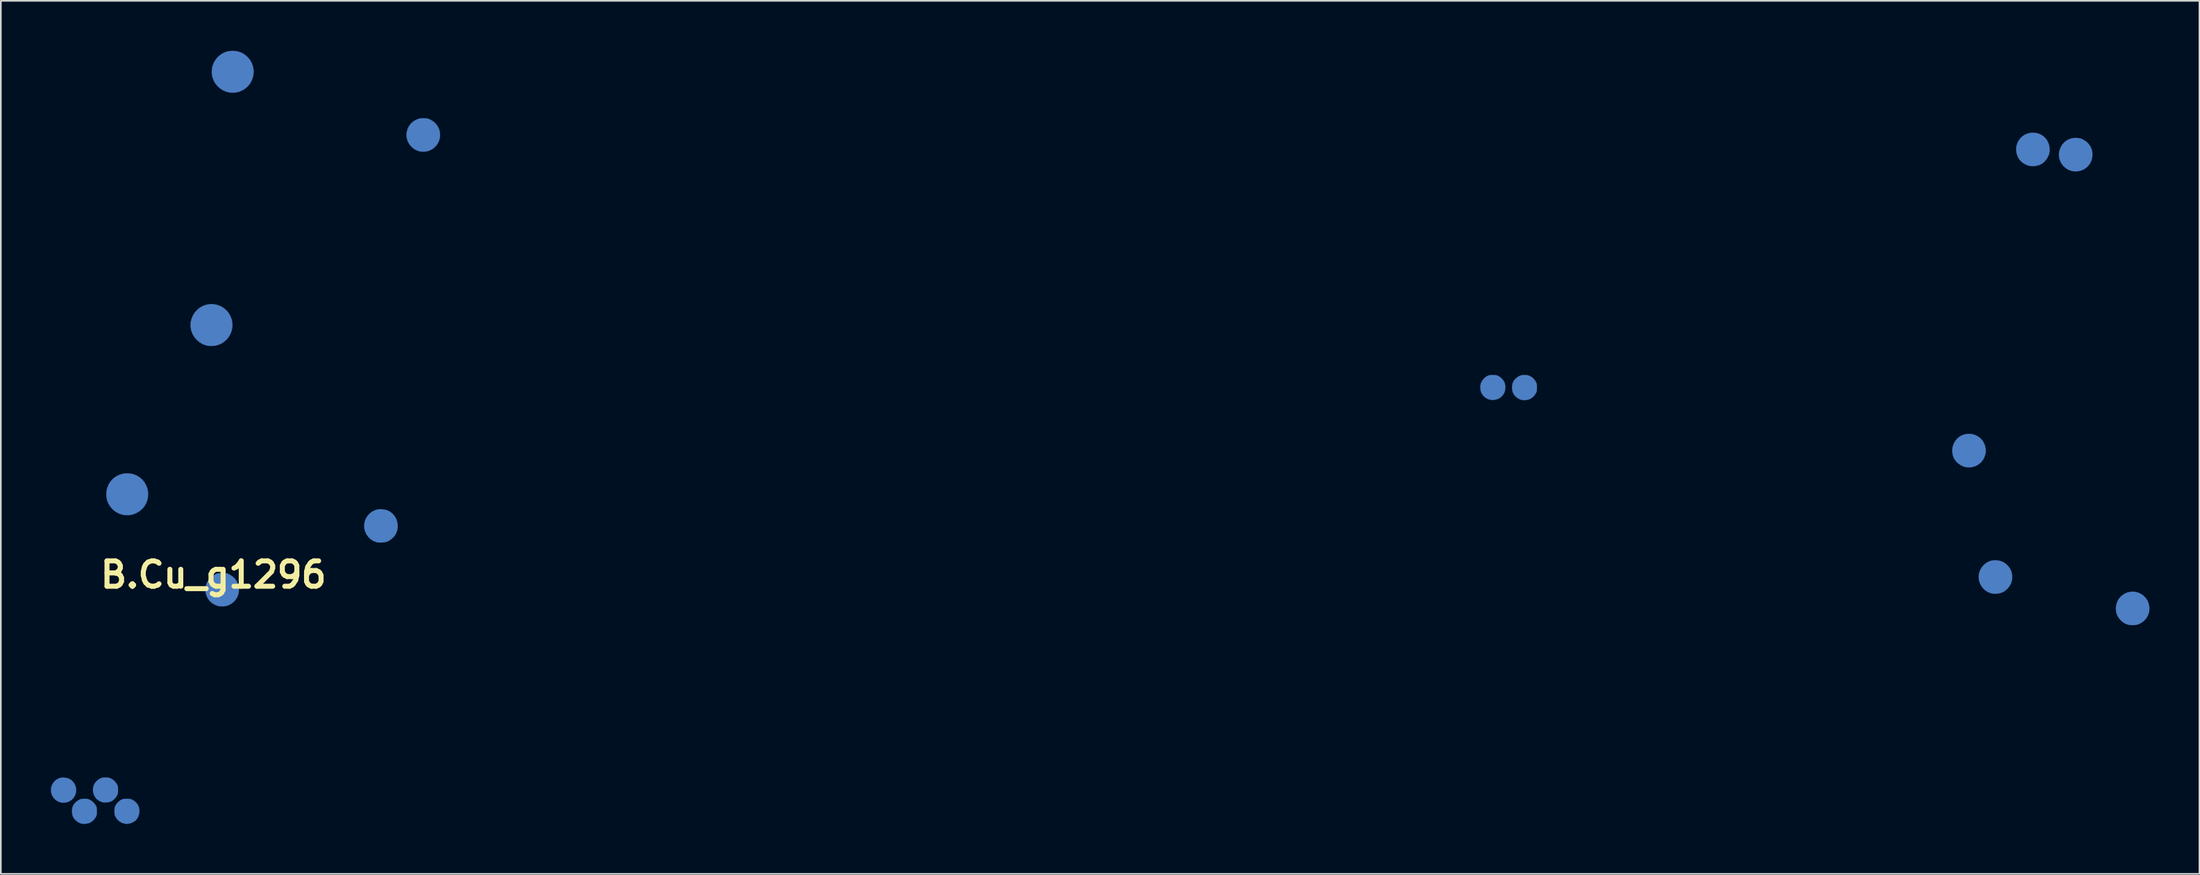
<source format=kicad_pcb>
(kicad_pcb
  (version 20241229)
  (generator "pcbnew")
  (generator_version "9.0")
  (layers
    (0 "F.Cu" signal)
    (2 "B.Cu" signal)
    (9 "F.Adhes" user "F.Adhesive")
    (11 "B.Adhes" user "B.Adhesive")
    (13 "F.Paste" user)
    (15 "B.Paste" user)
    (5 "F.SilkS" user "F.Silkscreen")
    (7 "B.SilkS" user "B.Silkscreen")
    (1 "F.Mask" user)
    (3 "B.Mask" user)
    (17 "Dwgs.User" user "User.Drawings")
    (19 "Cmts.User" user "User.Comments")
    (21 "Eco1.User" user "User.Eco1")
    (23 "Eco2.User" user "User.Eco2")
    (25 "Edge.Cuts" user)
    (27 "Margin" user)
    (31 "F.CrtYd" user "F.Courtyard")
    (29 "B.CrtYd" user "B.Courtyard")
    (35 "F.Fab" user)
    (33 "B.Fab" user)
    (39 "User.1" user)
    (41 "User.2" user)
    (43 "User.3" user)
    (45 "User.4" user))
  (footprint "B.Cu_g1296"
    (layer "F.Cu")
    (at 9.758 31.459)
    (property "Reference" "B.Cu_g1296" (at 0 0 0) (layer "F.SilkS") (effects (font (size 1.524 1.524) (thickness 0.3))))
    (attr through_hole)
    (fp_poly (pts (xy -8.821 12.198) (xy -8.661 12.247) (xy -8.523 12.331) (xy -8.406 12.451) (xy -8.373 12.497) (xy -8.291 12.653) (xy -8.246 12.813) (xy -8.238 12.974) (xy -8.263 13.13) (xy -8.319 13.276) (xy -8.404 13.408) (xy -8.515 13.519) (xy -8.649 13.606) (xy -8.806 13.663) (xy -8.946 13.685) (xy -9.034 13.686) (xy -9.118 13.681) (xy -9.171 13.673) (xy -9.33 13.612) (xy -9.474 13.516) (xy -9.594 13.393) (xy -9.683 13.249) (xy -9.737 13.081) (xy -9.753 12.911) (xy -9.73 12.746) (xy -9.672 12.59) (xy -9.581 12.449) (xy -9.458 12.329) (xy -9.313 12.24) (xy -9.247 12.211) (xy -9.186 12.194) (xy -9.113 12.185) (xy -9.015 12.182) (xy -9.006 12.182) (xy -8.821 12.198)) (stroke (width 0.01) (type solid)) (fill yes) (layer "B.Cu"))
    (fp_poly (pts (xy 105.514 -8.449) (xy 105.7 -8.401) (xy 105.874 -8.321) (xy 106.029 -8.209) (xy 106.159 -8.068) (xy 106.195 -8.017) (xy 106.29 -7.833) (xy 106.346 -7.641) (xy 106.364 -7.445) (xy 106.344 -7.251) (xy 106.286 -7.064) (xy 106.192 -6.889) (xy 106.066 -6.737) (xy 105.91 -6.61) (xy 105.733 -6.518) (xy 105.539 -6.463) (xy 105.335 -6.446) (xy 105.188 -6.458) (xy 105.024 -6.501) (xy 104.862 -6.578) (xy 104.71 -6.683) (xy 104.579 -6.808) (xy 104.479 -6.947) (xy 104.473 -6.958) (xy 104.396 -7.141) (xy 104.357 -7.332) (xy 104.354 -7.523) (xy 104.386 -7.711) (xy 104.45 -7.889) (xy 104.546 -8.052) (xy 104.671 -8.195) (xy 104.824 -8.313) (xy 104.94 -8.375) (xy 105.128 -8.437) (xy 105.322 -8.461) (xy 105.514 -8.449)) (stroke (width 0.01) (type solid)) (fill yes) (layer "B.Cu"))
    (fp_poly (pts (xy 109.401 -26.523) (xy 109.588 -26.467) (xy 109.756 -26.378) (xy 109.901 -26.259) (xy 110.022 -26.115) (xy 110.113 -25.948) (xy 110.174 -25.763) (xy 110.199 -25.564) (xy 110.191 -25.389) (xy 110.15 -25.217) (xy 110.074 -25.048) (xy 109.968 -24.892) (xy 109.839 -24.757) (xy 109.693 -24.654) (xy 109.689 -24.652) (xy 109.532 -24.587) (xy 109.356 -24.546) (xy 109.175 -24.533) (xy 109.002 -24.548) (xy 108.903 -24.572) (xy 108.706 -24.656) (xy 108.538 -24.769) (xy 108.4 -24.91) (xy 108.294 -25.077) (xy 108.223 -25.268) (xy 108.222 -25.271) (xy 108.189 -25.474) (xy 108.195 -25.671) (xy 108.237 -25.857) (xy 108.312 -26.029) (xy 108.417 -26.183) (xy 108.549 -26.314) (xy 108.705 -26.42) (xy 108.882 -26.495) (xy 109.077 -26.536) (xy 109.199 -26.543) (xy 109.401 -26.523)) (stroke (width 0.01) (type solid)) (fill yes) (layer "B.Cu"))
    (fp_poly (pts (xy 0.964 -0.012) (xy 1.142 0.098) (xy 1.289 0.236) (xy 1.404 0.398) (xy 1.484 0.582) (xy 1.523 0.751) (xy 1.531 0.954) (xy 1.502 1.145) (xy 1.439 1.323) (xy 1.345 1.483) (xy 1.224 1.622) (xy 1.08 1.737) (xy 0.917 1.825) (xy 0.738 1.882) (xy 0.548 1.904) (xy 0.35 1.889) (xy 0.283 1.875) (xy 0.093 1.808) (xy -0.074 1.709) (xy -0.217 1.581) (xy -0.331 1.429) (xy -0.416 1.257) (xy -0.467 1.072) (xy -0.482 0.876) (xy -0.457 0.674) (xy -0.457 0.672) (xy -0.393 0.48) (xy -0.293 0.308) (xy -0.159 0.158) (xy 0.005 0.035) (xy 0.106 -0.019) (xy 0.173 -0.051) (xy 0.227 -0.072) (xy 0.279 -0.085) (xy 0.339 -0.092) (xy 0.419 -0.095) (xy 0.53 -0.095) (xy 0.796 -0.095) (xy 0.964 -0.012)) (stroke (width 0.01) (type solid)) (fill yes) (layer "B.Cu"))
    (fp_poly (pts (xy 10.124 -3.93) (xy 10.275 -3.912) (xy 10.407 -3.879) (xy 10.421 -3.874) (xy 10.597 -3.786) (xy 10.747 -3.669) (xy 10.87 -3.527) (xy 10.963 -3.366) (xy 11.027 -3.191) (xy 11.058 -3.006) (xy 11.056 -2.818) (xy 11.019 -2.631) (xy 10.945 -2.451) (xy 10.883 -2.349) (xy 10.787 -2.236) (xy 10.663 -2.129) (xy 10.527 -2.039) (xy 10.421 -1.988) (xy 10.304 -1.956) (xy 10.162 -1.937) (xy 10.013 -1.931) (xy 9.874 -1.941) (xy 9.781 -1.959) (xy 9.594 -2.032) (xy 9.428 -2.14) (xy 9.288 -2.278) (xy 9.175 -2.442) (xy 9.095 -2.628) (xy 9.057 -2.785) (xy 9.047 -2.979) (xy 9.074 -3.168) (xy 9.138 -3.347) (xy 9.233 -3.512) (xy 9.356 -3.657) (xy 9.504 -3.777) (xy 9.673 -3.867) (xy 9.838 -3.917) (xy 9.972 -3.933) (xy 10.124 -3.93)) (stroke (width 0.01) (type solid)) (fill yes) (layer "B.Cu"))
    (fp_poly (pts (xy 76.885 -11.99) (xy 76.958 -11.984) (xy 77.016 -11.972) (xy 77.072 -11.952) (xy 77.114 -11.932) (xy 77.237 -11.852) (xy 77.35 -11.745) (xy 77.442 -11.621) (xy 77.491 -11.52) (xy 77.525 -11.38) (xy 77.533 -11.225) (xy 77.515 -11.07) (xy 77.472 -10.932) (xy 77.468 -10.922) (xy 77.376 -10.773) (xy 77.256 -10.654) (xy 77.112 -10.566) (xy 76.949 -10.512) (xy 76.771 -10.495) (xy 76.661 -10.502) (xy 76.499 -10.544) (xy 76.351 -10.623) (xy 76.222 -10.734) (xy 76.119 -10.873) (xy 76.102 -10.905) (xy 76.057 -11.029) (xy 76.034 -11.174) (xy 76.033 -11.325) (xy 76.055 -11.466) (xy 76.072 -11.52) (xy 76.139 -11.647) (xy 76.236 -11.769) (xy 76.352 -11.872) (xy 76.45 -11.932) (xy 76.511 -11.96) (xy 76.566 -11.977) (xy 76.628 -11.987) (xy 76.71 -11.99) (xy 76.782 -11.991) (xy 76.885 -11.99)) (stroke (width 0.01) (type solid)) (fill yes) (layer "B.Cu"))
    (fp_poly (pts (xy 107.112 -0.855) (xy 107.221 -0.835) (xy 107.394 -0.769) (xy 107.554 -0.668) (xy 107.695 -0.538) (xy 107.81 -0.385) (xy 107.893 -0.216) (xy 107.917 -0.138) (xy 107.951 0.071) (xy 107.944 0.274) (xy 107.898 0.468) (xy 107.811 0.649) (xy 107.687 0.814) (xy 107.655 0.848) (xy 107.499 0.979) (xy 107.333 1.07) (xy 107.152 1.123) (xy 106.95 1.141) (xy 106.934 1.141) (xy 106.839 1.136) (xy 106.746 1.126) (xy 106.678 1.112) (xy 106.494 1.041) (xy 106.331 0.936) (xy 106.193 0.804) (xy 106.081 0.649) (xy 105.999 0.477) (xy 105.95 0.292) (xy 105.937 0.099) (xy 105.962 -0.095) (xy 105.969 -0.119) (xy 106.038 -0.302) (xy 106.14 -0.468) (xy 106.271 -0.612) (xy 106.425 -0.729) (xy 106.596 -0.813) (xy 106.704 -0.845) (xy 106.826 -0.863) (xy 106.969 -0.866) (xy 107.112 -0.855)) (stroke (width 0.01) (type solid)) (fill yes) (layer "B.Cu"))
    (fp_poly (pts (xy 115.317 1.025) (xy 115.5 1.069) (xy 115.67 1.145) (xy 115.823 1.251) (xy 115.954 1.383) (xy 116.06 1.537) (xy 116.135 1.711) (xy 116.177 1.901) (xy 116.183 2.02) (xy 116.18 2.112) (xy 116.171 2.202) (xy 116.161 2.262) (xy 116.099 2.441) (xy 116.001 2.607) (xy 115.873 2.753) (xy 115.721 2.874) (xy 115.55 2.963) (xy 115.483 2.987) (xy 115.348 3.015) (xy 115.194 3.026) (xy 115.037 3.019) (xy 114.897 2.995) (xy 114.867 2.986) (xy 114.706 2.92) (xy 114.569 2.831) (xy 114.457 2.727) (xy 114.329 2.569) (xy 114.241 2.405) (xy 114.19 2.227) (xy 114.173 2.03) (xy 114.173 2.022) (xy 114.194 1.818) (xy 114.252 1.627) (xy 114.345 1.455) (xy 114.47 1.305) (xy 114.623 1.182) (xy 114.802 1.089) (xy 114.929 1.048) (xy 115.125 1.017) (xy 115.317 1.025)) (stroke (width 0.01) (type solid)) (fill yes) (layer "B.Cu"))
    (fp_poly (pts (xy 12.658 -27.406) (xy 12.762 -27.4) (xy 12.841 -27.389) (xy 12.91 -27.37) (xy 12.985 -27.339) (xy 13.028 -27.319) (xy 13.204 -27.213) (xy 13.352 -27.077) (xy 13.468 -26.914) (xy 13.551 -26.73) (xy 13.592 -26.558) (xy 13.603 -26.36) (xy 13.575 -26.168) (xy 13.511 -25.986) (xy 13.414 -25.82) (xy 13.289 -25.676) (xy 13.138 -25.556) (xy 12.964 -25.468) (xy 12.856 -25.433) (xy 12.715 -25.41) (xy 12.562 -25.403) (xy 12.416 -25.415) (xy 12.334 -25.432) (xy 12.148 -25.503) (xy 11.983 -25.608) (xy 11.843 -25.74) (xy 11.73 -25.895) (xy 11.647 -26.067) (xy 11.598 -26.252) (xy 11.587 -26.445) (xy 11.599 -26.563) (xy 11.653 -26.766) (xy 11.743 -26.947) (xy 11.864 -27.104) (xy 12.015 -27.233) (xy 12.193 -27.331) (xy 12.304 -27.372) (xy 12.388 -27.394) (xy 12.466 -27.406) (xy 12.555 -27.409) (xy 12.658 -27.406)) (stroke (width 0.01) (type solid)) (fill yes) (layer "B.Cu"))
    (fp_poly (pts (xy 111.818 -26.222) (xy 111.921 -26.216) (xy 111.998 -26.207) (xy 112.065 -26.189) (xy 112.138 -26.16) (xy 112.19 -26.135) (xy 112.367 -26.03) (xy 112.514 -25.897) (xy 112.629 -25.743) (xy 112.711 -25.57) (xy 112.758 -25.385) (xy 112.768 -25.192) (xy 112.741 -24.994) (xy 112.673 -24.798) (xy 112.664 -24.777) (xy 112.562 -24.609) (xy 112.43 -24.468) (xy 112.274 -24.356) (xy 112.1 -24.274) (xy 111.913 -24.227) (xy 111.718 -24.216) (xy 111.521 -24.244) (xy 111.517 -24.245) (xy 111.33 -24.313) (xy 111.162 -24.415) (xy 111.016 -24.548) (xy 110.898 -24.706) (xy 110.813 -24.884) (xy 110.765 -25.071) (xy 110.755 -25.262) (xy 110.782 -25.452) (xy 110.844 -25.633) (xy 110.935 -25.8) (xy 111.054 -25.946) (xy 111.198 -26.063) (xy 111.286 -26.114) (xy 111.409 -26.17) (xy 111.522 -26.204) (xy 111.638 -26.221) (xy 111.776 -26.224) (xy 111.818 -26.222)) (stroke (width 0.01) (type solid)) (fill yes) (layer "B.Cu"))
    (fp_poly (pts (xy -0.036 -16.248) (xy 0.192 -16.212) (xy 0.404 -16.138) (xy 0.596 -16.031) (xy 0.765 -15.893) (xy 0.908 -15.728) (xy 1.02 -15.538) (xy 1.097 -15.327) (xy 1.101 -15.312) (xy 1.14 -15.084) (xy 1.137 -14.861) (xy 1.092 -14.641) (xy 1.011 -14.436) (xy 0.899 -14.248) (xy 0.754 -14.083) (xy 0.582 -13.945) (xy 0.391 -13.838) (xy 0.185 -13.769) (xy 0.062 -13.749) (xy -0.082 -13.741) (xy -0.229 -13.743) (xy -0.363 -13.757) (xy -0.419 -13.768) (xy -0.624 -13.839) (xy -0.813 -13.945) (xy -0.983 -14.083) (xy -1.127 -14.247) (xy -1.242 -14.433) (xy -1.322 -14.634) (xy -1.344 -14.721) (xy -1.373 -14.934) (xy -1.367 -15.133) (xy -1.325 -15.33) (xy -1.245 -15.534) (xy -1.239 -15.548) (xy -1.124 -15.739) (xy -0.979 -15.904) (xy -0.809 -16.041) (xy -0.618 -16.146) (xy -0.412 -16.216) (xy -0.195 -16.249) (xy -0.036 -16.248)) (stroke (width 0.01) (type solid)) (fill yes) (layer "B.Cu"))
    (fp_poly (pts (xy 1.388 -31.436) (xy 1.597 -31.382) (xy 1.79 -31.291) (xy 1.968 -31.161) (xy 2.014 -31.119) (xy 2.171 -30.945) (xy 2.289 -30.753) (xy 2.368 -30.545) (xy 2.408 -30.32) (xy 2.413 -30.195) (xy 2.393 -29.97) (xy 2.334 -29.756) (xy 2.24 -29.559) (xy 2.113 -29.382) (xy 1.957 -29.228) (xy 1.775 -29.103) (xy 1.569 -29.011) (xy 1.51 -28.991) (xy 1.399 -28.967) (xy 1.266 -28.952) (xy 1.129 -28.945) (xy 1.006 -28.95) (xy 0.963 -28.955) (xy 0.741 -29.012) (xy 0.535 -29.108) (xy 0.348 -29.241) (xy 0.243 -29.341) (xy 0.102 -29.519) (xy -0.002 -29.713) (xy -0.069 -29.918) (xy -0.1 -30.129) (xy -0.094 -30.342) (xy -0.052 -30.552) (xy 0.027 -30.754) (xy 0.142 -30.942) (xy 0.264 -31.084) (xy 0.44 -31.234) (xy 0.63 -31.345) (xy 0.835 -31.417) (xy 1.059 -31.451) (xy 1.157 -31.454) (xy 1.388 -31.436)) (stroke (width 0.01) (type solid)) (fill yes) (layer "B.Cu"))
    (fp_poly (pts (xy -5.022 -6.083) (xy -4.806 -6.038) (xy -4.604 -5.958) (xy -4.42 -5.844) (xy -4.259 -5.701) (xy -4.124 -5.53) (xy -4.02 -5.335) (xy -3.958 -5.154) (xy -3.921 -4.93) (xy -3.923 -4.708) (xy -3.963 -4.494) (xy -4.037 -4.292) (xy -4.145 -4.107) (xy -4.283 -3.942) (xy -4.451 -3.804) (xy -4.614 -3.709) (xy -4.709 -3.667) (xy -4.805 -3.631) (xy -4.886 -3.605) (xy -4.906 -3.6) (xy -5.008 -3.587) (xy -5.133 -3.581) (xy -5.263 -3.582) (xy -5.379 -3.591) (xy -5.429 -3.599) (xy -5.639 -3.662) (xy -5.834 -3.761) (xy -6.008 -3.892) (xy -6.158 -4.05) (xy -6.28 -4.231) (xy -6.367 -4.43) (xy -6.403 -4.561) (xy -6.431 -4.79) (xy -6.419 -5.011) (xy -6.371 -5.221) (xy -6.29 -5.417) (xy -6.178 -5.595) (xy -6.037 -5.752) (xy -5.871 -5.883) (xy -5.683 -5.986) (xy -5.475 -6.055) (xy -5.249 -6.089) (xy -5.249 -6.089) (xy -5.022 -6.083)) (stroke (width 0.01) (type solid)) (fill yes) (layer "B.Cu"))
    (fp_poly (pts (xy -7.639 13.453) (xy -7.568 13.46) (xy -7.508 13.475) (xy -7.443 13.502) (xy -7.404 13.521) (xy -7.252 13.619) (xy -7.127 13.748) (xy -7.045 13.881) (xy -7.022 13.934) (xy -7.007 13.987) (xy -6.999 14.053) (xy -6.996 14.143) (xy -6.996 14.203) (xy -6.997 14.306) (xy -7.001 14.38) (xy -7.011 14.435) (xy -7.029 14.486) (xy -7.056 14.541) (xy -7.141 14.669) (xy -7.25 14.781) (xy -7.372 14.867) (xy -7.447 14.902) (xy -7.576 14.938) (xy -7.716 14.955) (xy -7.85 14.953) (xy -7.939 14.937) (xy -8.103 14.869) (xy -8.246 14.766) (xy -8.364 14.632) (xy -8.43 14.522) (xy -8.466 14.415) (xy -8.485 14.284) (xy -8.486 14.145) (xy -8.471 14.012) (xy -8.446 13.923) (xy -8.371 13.78) (xy -8.261 13.654) (xy -8.124 13.551) (xy -8.069 13.521) (xy -7.995 13.487) (xy -7.935 13.466) (xy -7.871 13.455) (xy -7.789 13.452) (xy -7.736 13.451) (xy -7.639 13.453)) (stroke (width 0.01) (type solid)) (fill yes) (layer "B.Cu"))
    (fp_poly (pts (xy 78.789 -11.988) (xy 78.864 -11.98) (xy 78.928 -11.963) (xy 78.996 -11.935) (xy 78.997 -11.935) (xy 79.147 -11.845) (xy 79.269 -11.726) (xy 79.356 -11.594) (xy 79.388 -11.532) (xy 79.409 -11.482) (xy 79.421 -11.43) (xy 79.426 -11.364) (xy 79.428 -11.272) (xy 79.428 -11.239) (xy 79.427 -11.138) (xy 79.423 -11.066) (xy 79.413 -11.012) (xy 79.395 -10.962) (xy 79.367 -10.904) (xy 79.356 -10.885) (xy 79.253 -10.733) (xy 79.126 -10.618) (xy 78.977 -10.537) (xy 78.806 -10.494) (xy 78.734 -10.487) (xy 78.629 -10.486) (xy 78.531 -10.495) (xy 78.485 -10.505) (xy 78.319 -10.573) (xy 78.175 -10.676) (xy 78.058 -10.81) (xy 77.998 -10.912) (xy 77.959 -11.027) (xy 77.938 -11.165) (xy 77.937 -11.31) (xy 77.956 -11.447) (xy 77.977 -11.519) (xy 78.053 -11.662) (xy 78.162 -11.789) (xy 78.299 -11.891) (xy 78.355 -11.921) (xy 78.428 -11.956) (xy 78.489 -11.976) (xy 78.552 -11.987) (xy 78.634 -11.99) (xy 78.687 -11.991) (xy 78.789 -11.988)) (stroke (width 0.01) (type solid)) (fill yes) (layer "B.Cu"))
    (fp_poly (pts (xy -6.326 12.178) (xy -6.258 12.192) (xy -6.197 12.213) (xy -6.069 12.279) (xy -5.948 12.376) (xy -5.845 12.492) (xy -5.785 12.59) (xy -5.757 12.652) (xy -5.739 12.707) (xy -5.73 12.769) (xy -5.726 12.851) (xy -5.726 12.922) (xy -5.727 13.024) (xy -5.732 13.096) (xy -5.743 13.153) (xy -5.764 13.207) (xy -5.788 13.256) (xy -5.839 13.34) (xy -5.907 13.427) (xy -5.952 13.475) (xy -6.057 13.56) (xy -6.162 13.618) (xy -6.281 13.651) (xy -6.426 13.667) (xy -6.445 13.668) (xy -6.546 13.67) (xy -6.619 13.665) (xy -6.681 13.652) (xy -6.746 13.628) (xy -6.754 13.625) (xy -6.913 13.541) (xy -7.035 13.436) (xy -7.089 13.368) (xy -7.174 13.209) (xy -7.22 13.043) (xy -7.23 12.877) (xy -7.204 12.715) (xy -7.144 12.563) (xy -7.05 12.427) (xy -6.925 12.312) (xy -6.833 12.255) (xy -6.761 12.219) (xy -6.698 12.196) (xy -6.629 12.183) (xy -6.538 12.176) (xy -6.509 12.175) (xy -6.404 12.173) (xy -6.326 12.178)) (stroke (width 0.01) (type solid)) (fill yes) (layer "B.Cu"))
    (fp_poly (pts (xy -5.093 13.453) (xy -5.019 13.458) (xy -4.961 13.47) (xy -4.906 13.491) (xy -4.868 13.509) (xy -4.739 13.59) (xy -4.624 13.696) (xy -4.535 13.815) (xy -4.518 13.846) (xy -4.46 14.004) (xy -4.44 14.173) (xy -4.455 14.343) (xy -4.505 14.508) (xy -4.588 14.658) (xy -4.635 14.717) (xy -4.707 14.781) (xy -4.804 14.843) (xy -4.909 14.896) (xy -5.007 14.929) (xy -5.027 14.933) (xy -5.12 14.947) (xy -5.186 14.954) (xy -5.241 14.953) (xy -5.3 14.946) (xy -5.329 14.941) (xy -5.493 14.893) (xy -5.641 14.808) (xy -5.768 14.691) (xy -5.867 14.546) (xy -5.878 14.524) (xy -5.906 14.462) (xy -5.924 14.408) (xy -5.933 14.346) (xy -5.937 14.263) (xy -5.937 14.192) (xy -5.935 14.083) (xy -5.929 14.004) (xy -5.915 13.942) (xy -5.893 13.884) (xy -5.891 13.881) (xy -5.82 13.765) (xy -5.722 13.653) (xy -5.608 13.558) (xy -5.527 13.51) (xy -5.466 13.482) (xy -5.411 13.465) (xy -5.349 13.456) (xy -5.266 13.452) (xy -5.196 13.451) (xy -5.093 13.453)) (stroke (width 0.01) (type solid)) (fill yes) (layer "B.Cu")))
  (gr_rect
    (start -3 -3)
    (end 128.946 49.419)
    (stroke (width 0.1) (type default))
    (fill no)
    (layer "Edge.Cuts")))
</source>
